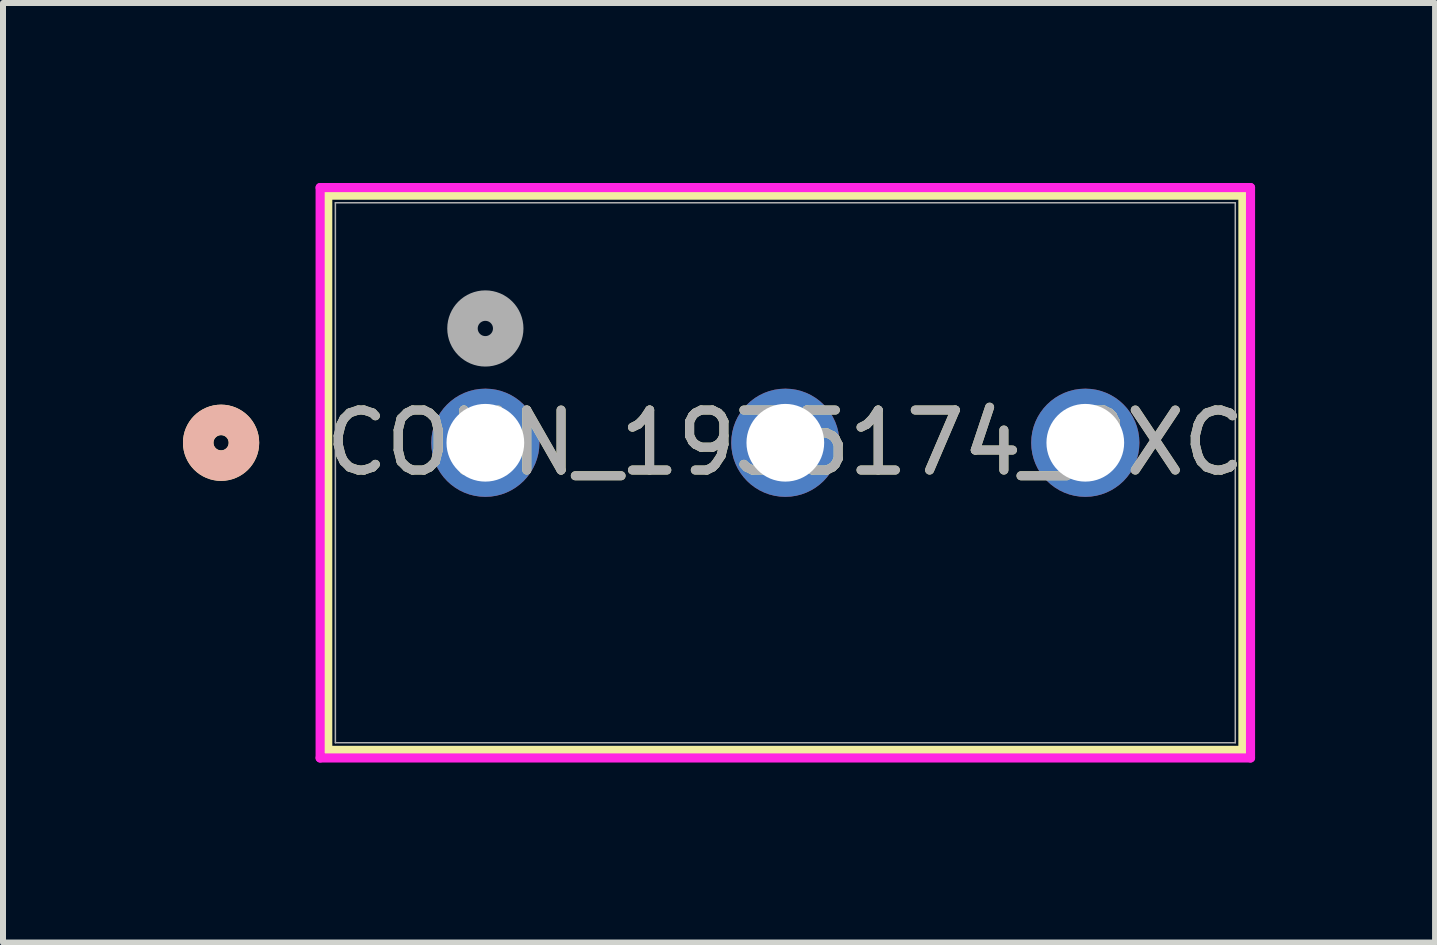
<source format=kicad_pcb>
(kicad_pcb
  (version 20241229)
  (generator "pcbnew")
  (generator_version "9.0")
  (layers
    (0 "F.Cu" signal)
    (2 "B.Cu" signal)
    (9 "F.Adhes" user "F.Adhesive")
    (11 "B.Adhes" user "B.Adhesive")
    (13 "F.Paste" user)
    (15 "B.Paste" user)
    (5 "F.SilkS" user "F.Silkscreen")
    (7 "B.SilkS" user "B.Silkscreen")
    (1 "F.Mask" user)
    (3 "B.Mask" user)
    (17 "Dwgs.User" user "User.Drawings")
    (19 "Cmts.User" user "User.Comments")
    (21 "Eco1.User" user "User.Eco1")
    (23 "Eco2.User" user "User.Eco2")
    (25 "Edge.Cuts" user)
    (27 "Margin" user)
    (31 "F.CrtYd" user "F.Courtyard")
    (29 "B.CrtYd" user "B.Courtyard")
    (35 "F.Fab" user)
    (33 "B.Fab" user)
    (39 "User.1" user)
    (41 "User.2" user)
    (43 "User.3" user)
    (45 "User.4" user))
  (footprint "CONN_1935174_PXC"
    (layer "F.Cu")
    (at 5.04 4.33)
    (property "Reference" "CONN_1935174_PXC" (at 5 0 0) (unlocked yes) (layer "F.SilkS") (effects (font (size 1 1) (thickness 0.15))))
    (attr through_hole)
    (fp_line (start -2.627 -4.127) (end -2.627 5.127) (stroke (width 0.152) (type solid)) (layer "F.SilkS"))
    (fp_line (start -2.627 5.127) (end 12.627 5.127) (stroke (width 0.152) (type solid)) (layer "F.SilkS"))
    (fp_line (start 12.627 -4.127) (end -2.627 -4.127) (stroke (width 0.152) (type solid)) (layer "F.SilkS"))
    (fp_line (start 12.627 5.127) (end 12.627 -4.127) (stroke (width 0.152) (type solid)) (layer "F.SilkS"))
    (fp_circle (center -4.405 0) (end -4.024 0) (stroke (width 0.508) (type solid)) (fill no) (layer "F.SilkS"))
    (fp_circle (center -4.405 0) (end -4.024 0) (stroke (width 0.508) (type solid)) (fill no) (layer "B.SilkS"))
    (fp_line (start -2.754 -4.254) (end -2.754 5.254) (stroke (width 0.152) (type solid)) (layer "F.CrtYd"))
    (fp_line (start -2.754 5.254) (end 12.754 5.254) (stroke (width 0.152) (type solid)) (layer "F.CrtYd"))
    (fp_line (start 12.754 -4.254) (end -2.754 -4.254) (stroke (width 0.152) (type solid)) (layer "F.CrtYd"))
    (fp_line (start 12.754 5.254) (end 12.754 -4.254) (stroke (width 0.152) (type solid)) (layer "F.CrtYd"))
    (fp_line (start -2.5 -4) (end -2.5 5) (stroke (width 0.025) (type solid)) (layer "F.Fab"))
    (fp_line (start -2.5 5) (end 12.5 5) (stroke (width 0.025) (type solid)) (layer "F.Fab"))
    (fp_line (start 12.5 -4) (end -2.5 -4) (stroke (width 0.025) (type solid)) (layer "F.Fab"))
    (fp_line (start 12.5 5) (end 12.5 -4) (stroke (width 0.025) (type solid)) (layer "F.Fab"))
    (fp_circle (center 0 -1.905) (end 0.381 -1.905) (stroke (width 0.508) (type solid)) (fill no) (layer "F.Fab"))
    (fp_text user "${REFERENCE}" (at 5 0 0) (unlocked yes) (layer "F.Fab") (effects (font (size 1 1) (thickness 0.15))))
    (pad "1" thru_hole circle (at 0 0) (size 1.803 1.803) (drill 1.295) (layers "*.Cu" "*.Mask"))
    (pad "2" thru_hole circle (at 5 0) (size 1.803 1.803) (drill 1.295) (layers "*.Cu" "*.Mask"))
    (pad "3" thru_hole circle (at 10 0) (size 1.803 1.803) (drill 1.295) (layers "*.Cu" "*.Mask")))
  (gr_rect
    (start -3 -3)
    (end 20.87 12.66)
    (stroke (width 0.1) (type default))
    (fill no)
    (layer "Edge.Cuts")))
</source>
